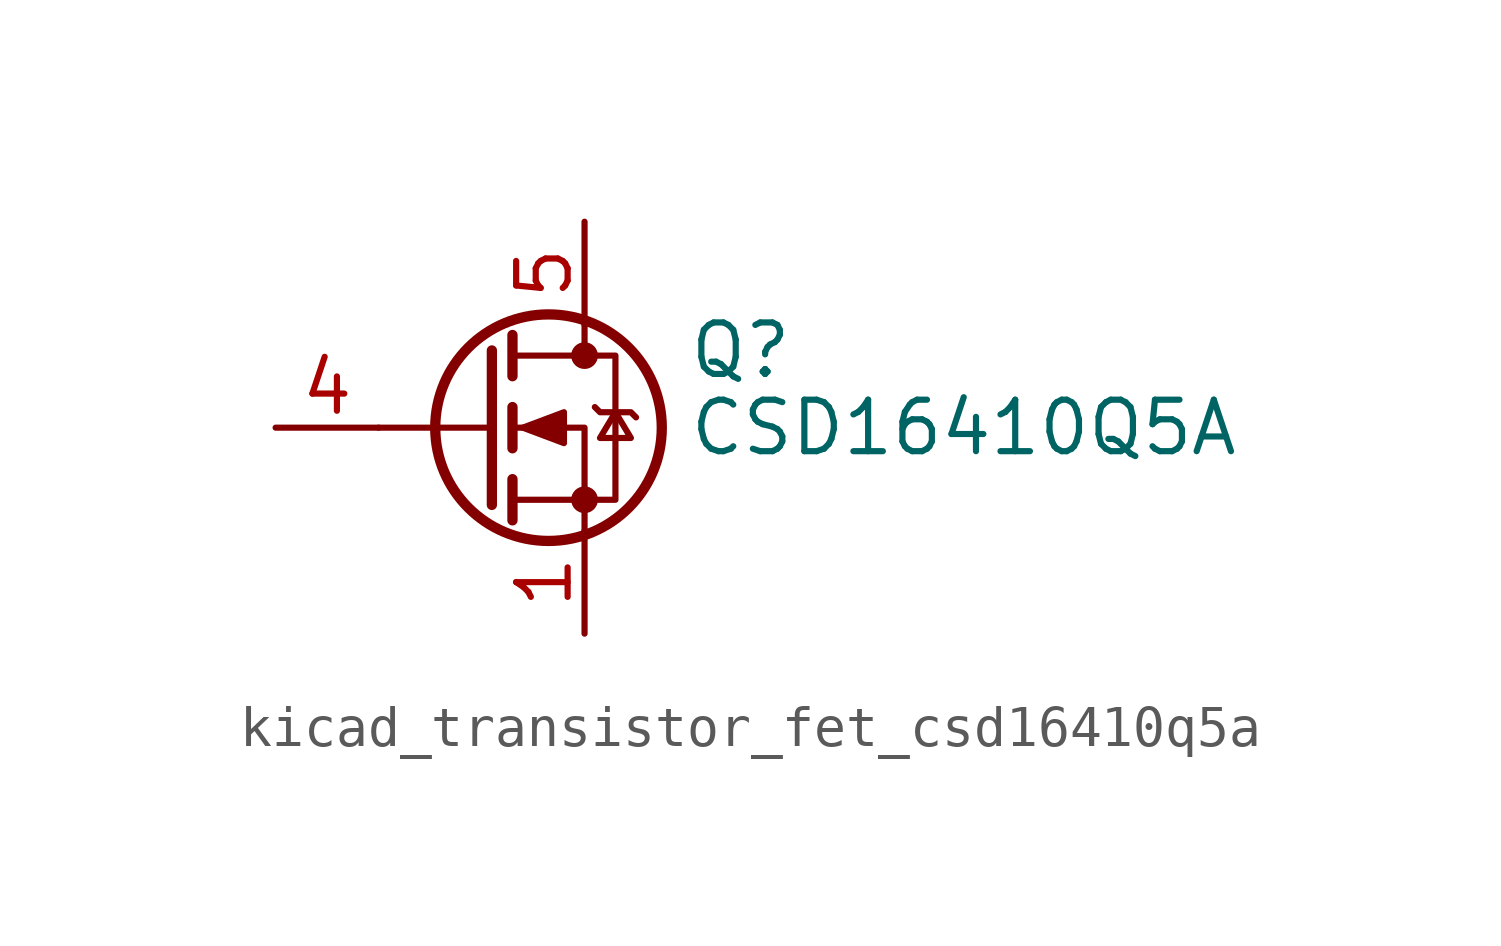
<source format=kicad_sym>
(kicad_symbol_lib
  (version 20220914)
  (generator kicad_symbol_editor)
  (symbol "kicad_transistor_fet_csd16410q5a"
    (pin_names hide)
    (property "Reference" "Q"
      (at 5.08 1.905 0)
      (effects (font (size 1.27 1.27)) (justify left)))
    (property "Value" "CSD16410Q5A"
      (at 5.08 0 0)
      (effects (font (size 1.27 1.27)) (justify left)))
    (symbol "kicad_transistor_fet_csd16410q5a_0_1"
      (polyline (pts (xy 0.254 0) (xy -2.54 0)) (stroke (width 0) (type default)) (fill (type none)))
      (polyline (pts (xy 0.254 1.905) (xy 0.254 -1.905)) (stroke (width 0.254) (type default)) (fill (type none)))
      (polyline (pts (xy 0.762 -1.27) (xy 0.762 -2.286)) (stroke (width 0.254) (type default)) (fill (type none)))
      (polyline (pts (xy 0.762 0.508) (xy 0.762 -0.508)) (stroke (width 0.254) (type default)) (fill (type none)))
      (polyline (pts (xy 0.762 2.286) (xy 0.762 1.27)) (stroke (width 0.254) (type default)) (fill (type none)))
      (polyline (pts (xy 2.54 2.54) (xy 2.54 1.778)) (stroke (width 0) (type default)) (fill (type none)))
      (polyline (pts (xy 2.54 -2.54) (xy 2.54 0) (xy 0.762 0)) (stroke (width 0) (type default)) (fill (type none)))
      (polyline (pts (xy 0.762 -1.778) (xy 3.302 -1.778) (xy 3.302 1.778) (xy 0.762 1.778)) (stroke (width 0) (type default)) (fill (type none)))
      (polyline (pts (xy 1.016 0) (xy 2.032 0.381) (xy 2.032 -0.381) (xy 1.016 0)) (stroke (width 0) (type default)) (fill (type outline)))
      (polyline (pts (xy 2.794 0.508) (xy 2.921 0.381) (xy 3.683 0.381) (xy 3.81 0.254)) (stroke (width 0) (type default)) (fill (type none)))
      (polyline (pts (xy 3.302 0.381) (xy 2.921 -0.254) (xy 3.683 -0.254) (xy 3.302 0.381)) (stroke (width 0) (type default)) (fill (type none)))
      (circle (center 1.651 0) (radius 2.794) (stroke (width 0.254) (type default)) (fill (type none)))
      (circle (center 2.54 -1.778) (radius 0.254) (stroke (width 0) (type default)) (fill (type outline)))
      (circle (center 2.54 1.778) (radius 0.254) (stroke (width 0) (type default)) (fill (type outline))))
    (symbol "kicad_transistor_fet_csd16410q5a_1_1"
      (pin passive line (at 2.54 -5.08 90) (length 2.54) (name "S" (effects (font (size 1.27 1.27)))) (number "1" (effects (font (size 1.27 1.27)))))
      (pin passive line (at 2.54 -5.08 90) (length 2.54) hide (name "S" (effects (font (size 1.27 1.27)))) (number "2" (effects (font (size 1.27 1.27)))))
      (pin passive line (at 2.54 -5.08 90) (length 2.54) hide (name "S" (effects (font (size 1.27 1.27)))) (number "3" (effects (font (size 1.27 1.27)))))
      (pin passive line (at -5.08 0 0) (length 2.54) (name "G" (effects (font (size 1.27 1.27)))) (number "4" (effects (font (size 1.27 1.27)))))
      (pin passive line (at 2.54 5.08 270) (length 2.54) (name "D" (effects (font (size 1.27 1.27)))) (number "5" (effects (font (size 1.27 1.27))))))))
</source>
